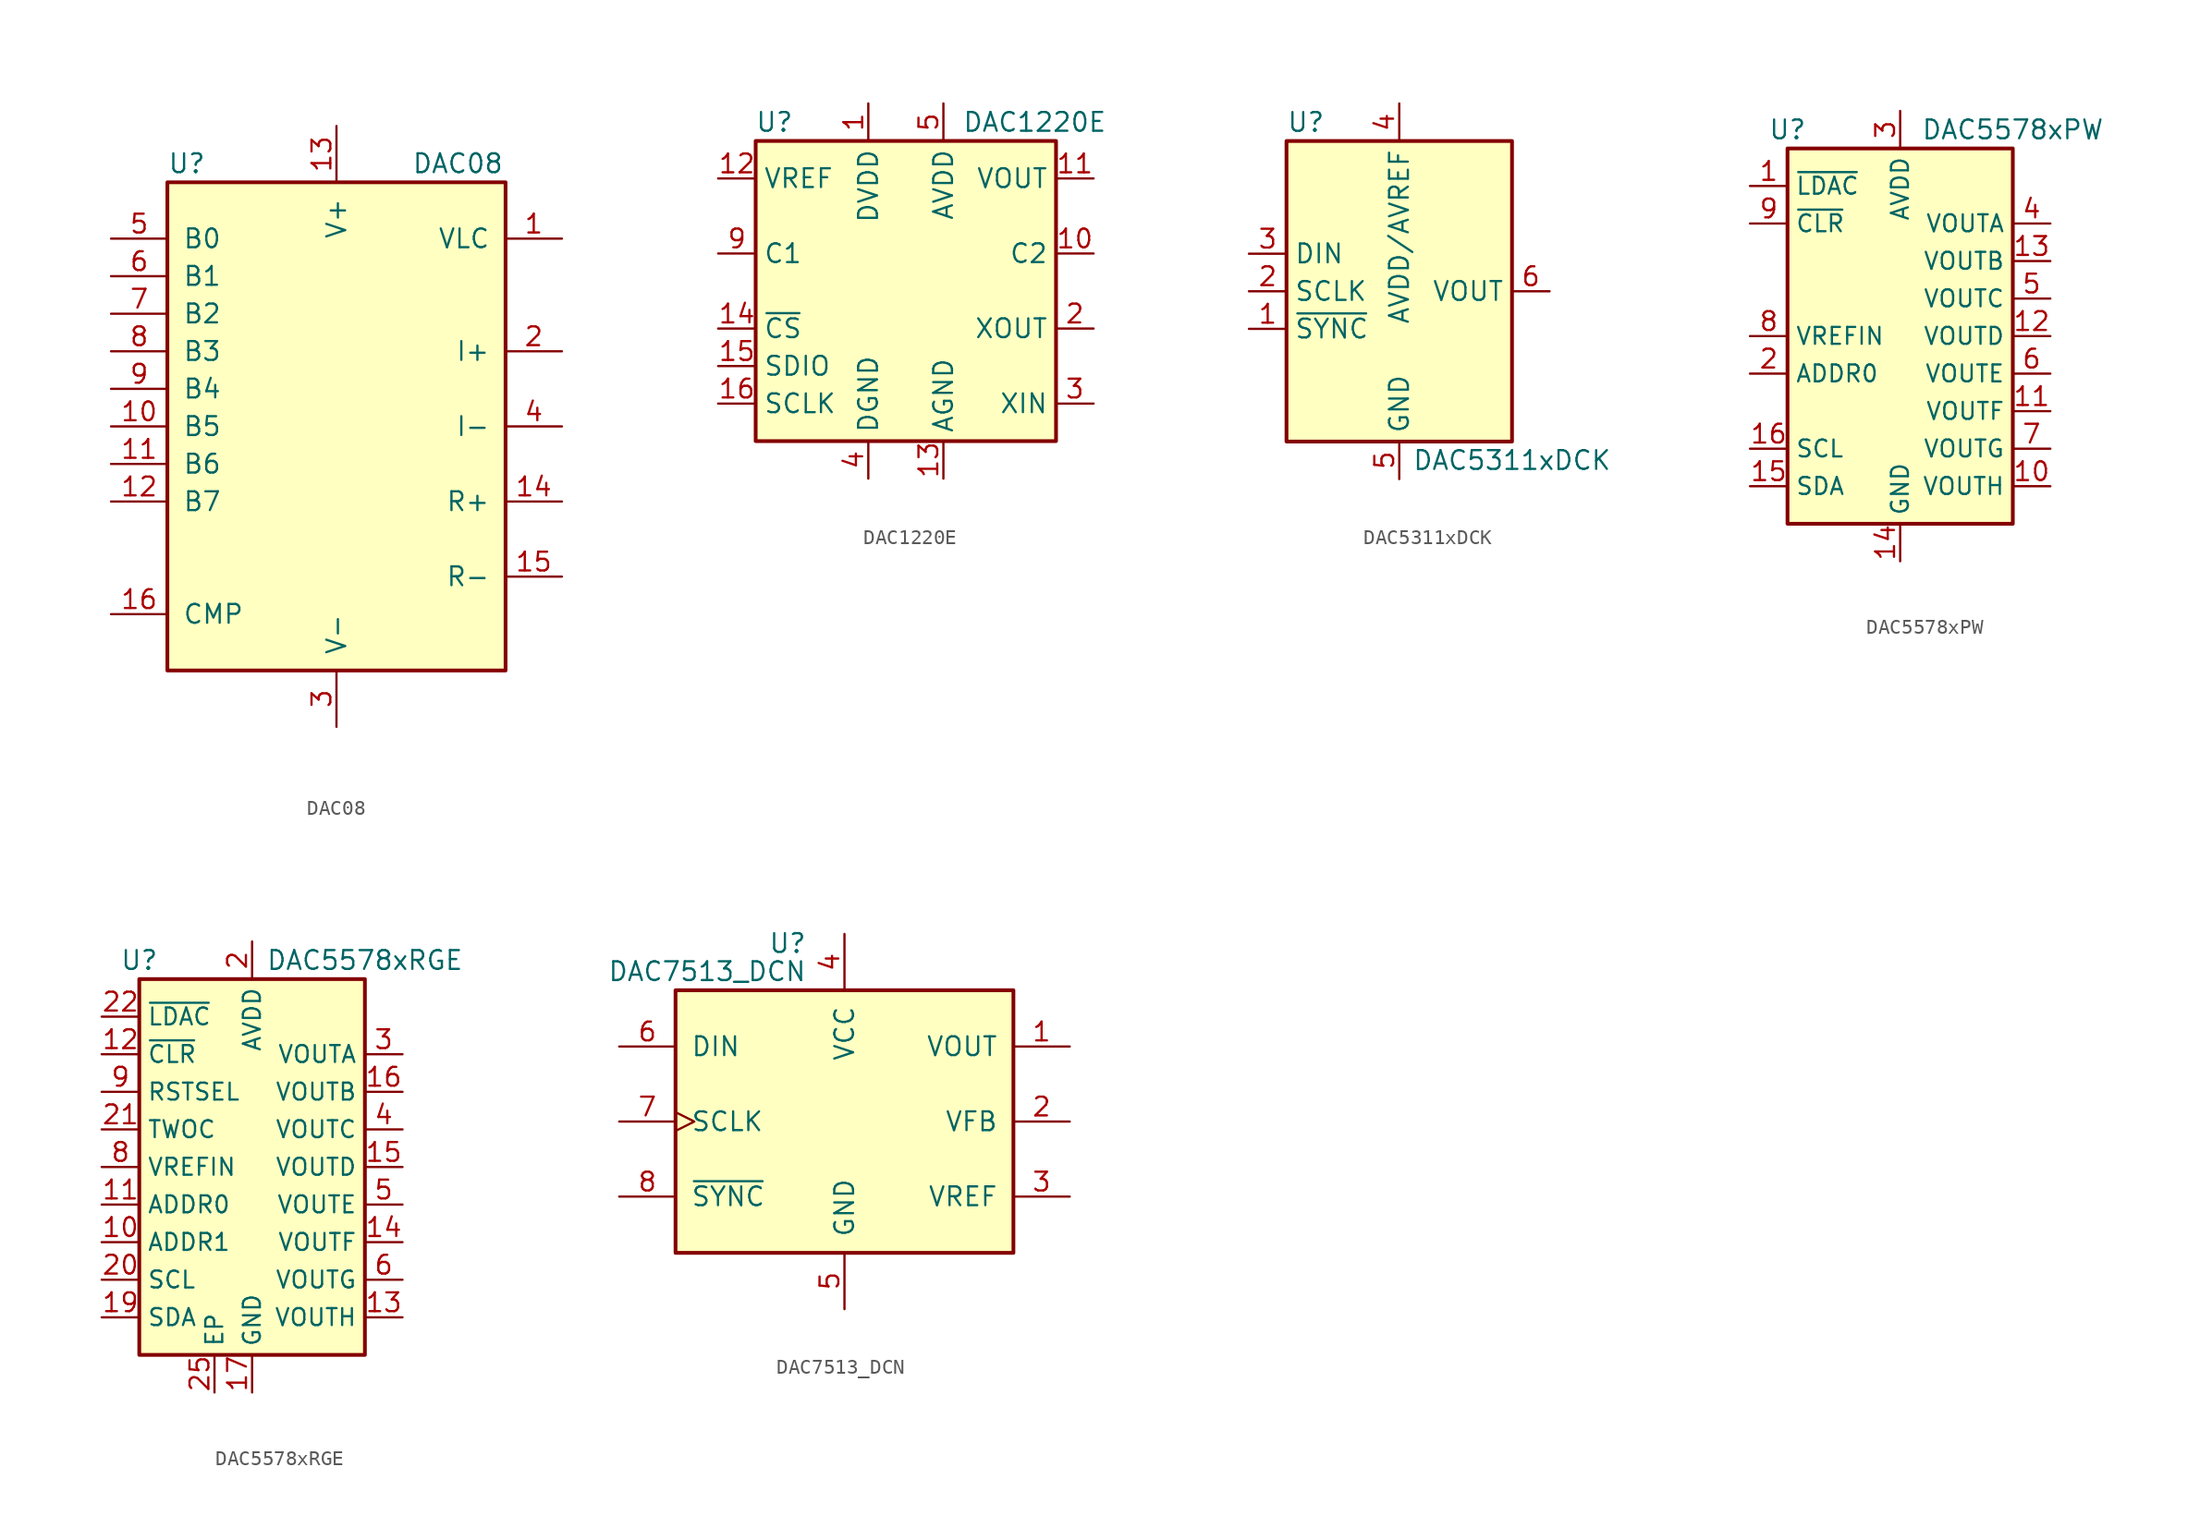
<source format=kicad_sym>
(kicad_symbol_lib
  (version 20220914)
  (generator kicad_symbol_editor)
  (symbol "DAC08"
    (pin_names
      (offset 1.016))
    (property "Reference" "U"
      (at -11.43 17.78 0)
      (effects (font (size 1.27 1.27)) (justify left)))
    (property "Value" "DAC08"
      (at 5.08 17.78 0)
      (effects (font (size 1.27 1.27)) (justify left)))
    (symbol "DAC08_0_1"
      (rectangle (start -11.43 -16.51) (end 11.43 16.51) (stroke (width 0.254) (type default)) (fill (type background))))
    (symbol "DAC08_1_1"
      (pin input line (at 15.24 12.7 180) (length 3.81) (name "VLC" (effects (font (size 1.27 1.27)))) (number "1" (effects (font (size 1.27 1.27)))))
      (pin input line (at -15.24 0 0) (length 3.81) (name "B5" (effects (font (size 1.27 1.27)))) (number "10" (effects (font (size 1.27 1.27)))))
      (pin input line (at -15.24 -2.54 0) (length 3.81) (name "B6" (effects (font (size 1.27 1.27)))) (number "11" (effects (font (size 1.27 1.27)))))
      (pin input line (at -15.24 -5.08 0) (length 3.81) (name "B7" (effects (font (size 1.27 1.27)))) (number "12" (effects (font (size 1.27 1.27)))))
      (pin power_in line (at 0 20.32 270) (length 3.81) (name "V+" (effects (font (size 1.27 1.27)))) (number "13" (effects (font (size 1.27 1.27)))))
      (pin input line (at 15.24 -5.08 180) (length 3.81) (name "R+" (effects (font (size 1.27 1.27)))) (number "14" (effects (font (size 1.27 1.27)))))
      (pin input line (at 15.24 -10.16 180) (length 3.81) (name "R-" (effects (font (size 1.27 1.27)))) (number "15" (effects (font (size 1.27 1.27)))))
      (pin input line (at -15.24 -12.7 0) (length 3.81) (name "CMP" (effects (font (size 1.27 1.27)))) (number "16" (effects (font (size 1.27 1.27)))))
      (pin output line (at 15.24 5.08 180) (length 3.81) (name "I+" (effects (font (size 1.27 1.27)))) (number "2" (effects (font (size 1.27 1.27)))))
      (pin power_in line (at 0 -20.32 90) (length 3.81) (name "V-" (effects (font (size 1.27 1.27)))) (number "3" (effects (font (size 1.27 1.27)))))
      (pin output line (at 15.24 0 180) (length 3.81) (name "I-" (effects (font (size 1.27 1.27)))) (number "4" (effects (font (size 1.27 1.27)))))
      (pin input line (at -15.24 12.7 0) (length 3.81) (name "B0" (effects (font (size 1.27 1.27)))) (number "5" (effects (font (size 1.27 1.27)))))
      (pin input line (at -15.24 10.16 0) (length 3.81) (name "B1" (effects (font (size 1.27 1.27)))) (number "6" (effects (font (size 1.27 1.27)))))
      (pin input line (at -15.24 7.62 0) (length 3.81) (name "B2" (effects (font (size 1.27 1.27)))) (number "7" (effects (font (size 1.27 1.27)))))
      (pin input line (at -15.24 5.08 0) (length 3.81) (name "B3" (effects (font (size 1.27 1.27)))) (number "8" (effects (font (size 1.27 1.27)))))
      (pin input line (at -15.24 2.54 0) (length 3.81) (name "B4" (effects (font (size 1.27 1.27)))) (number "9" (effects (font (size 1.27 1.27)))))))
  (symbol "DAC1220E"
    (property "Reference" "U"
      (at -8.89 11.43 0)
      (effects (font (size 1.27 1.27))))
    (property "Value" "DAC1220E"
      (at 3.81 11.43 0)
      (effects (font (size 1.27 1.27)) (justify left)))
    (symbol "DAC1220E_0_1"
      (rectangle (start -10.16 10.16) (end 10.16 -10.16) (stroke (width 0.254) (type default)) (fill (type background))))
    (symbol "DAC1220E_1_1"
      (pin power_in line (at -2.54 12.7 270) (length 2.54) (name "DVDD" (effects (font (size 1.27 1.27)))) (number "1" (effects (font (size 1.27 1.27)))))
      (pin passive line (at 12.7 2.54 180) (length 2.54) (name "C2" (effects (font (size 1.27 1.27)))) (number "10" (effects (font (size 1.27 1.27)))))
      (pin output line (at 12.7 7.62 180) (length 2.54) (name "VOUT" (effects (font (size 1.27 1.27)))) (number "11" (effects (font (size 1.27 1.27)))))
      (pin input line (at -12.7 7.62 0) (length 2.54) (name "VREF" (effects (font (size 1.27 1.27)))) (number "12" (effects (font (size 1.27 1.27)))))
      (pin power_in line (at 2.54 -12.7 90) (length 2.54) (name "AGND" (effects (font (size 1.27 1.27)))) (number "13" (effects (font (size 1.27 1.27)))))
      (pin input line (at -12.7 -2.54 0) (length 2.54) (name "~{CS}" (effects (font (size 1.27 1.27)))) (number "14" (effects (font (size 1.27 1.27)))))
      (pin bidirectional line (at -12.7 -5.08 0) (length 2.54) (name "SDIO" (effects (font (size 1.27 1.27)))) (number "15" (effects (font (size 1.27 1.27)))))
      (pin input line (at -12.7 -7.62 0) (length 2.54) (name "SCLK" (effects (font (size 1.27 1.27)))) (number "16" (effects (font (size 1.27 1.27)))))
      (pin output line (at 12.7 -2.54 180) (length 2.54) (name "XOUT" (effects (font (size 1.27 1.27)))) (number "2" (effects (font (size 1.27 1.27)))))
      (pin input line (at 12.7 -7.62 180) (length 2.54) (name "XIN" (effects (font (size 1.27 1.27)))) (number "3" (effects (font (size 1.27 1.27)))))
      (pin power_in line (at -2.54 -12.7 90) (length 2.54) (name "DGND" (effects (font (size 1.27 1.27)))) (number "4" (effects (font (size 1.27 1.27)))))
      (pin power_in line (at 2.54 12.7 270) (length 2.54) (name "AVDD" (effects (font (size 1.27 1.27)))) (number "5" (effects (font (size 1.27 1.27)))))
      (pin no_connect line (at 10.16 5.08 180) (length 2.54) hide (name "DNC" (effects (font (size 1.27 1.27)))) (number "6" (effects (font (size 1.27 1.27)))))
      (pin no_connect line (at 10.16 0 180) (length 2.54) hide (name "DNC" (effects (font (size 1.27 1.27)))) (number "7" (effects (font (size 1.27 1.27)))))
      (pin no_connect line (at 10.16 -5.08 180) (length 2.54) hide (name "DNC" (effects (font (size 1.27 1.27)))) (number "8" (effects (font (size 1.27 1.27)))))
      (pin passive line (at -12.7 2.54 0) (length 2.54) (name "C1" (effects (font (size 1.27 1.27)))) (number "9" (effects (font (size 1.27 1.27)))))))
  (symbol "DAC5311xDCK"
    (property "Reference" "U"
      (at -7.62 11.43 0)
      (effects (font (size 1.27 1.27)) (justify left)))
    (property "Value" "DAC5311xDCK"
      (at 7.62 -11.43 0)
      (effects (font (size 1.27 1.27))))
    (symbol "DAC5311xDCK_0_1"
      (rectangle (start -7.62 10.16) (end 7.62 -10.16) (stroke (width 0.254) (type default)) (fill (type background))))
    (symbol "DAC5311xDCK_1_1"
      (pin input line (at -10.16 -2.54 0) (length 2.54) (name "~{SYNC}" (effects (font (size 1.27 1.27)))) (number "1" (effects (font (size 1.27 1.27)))))
      (pin input line (at -10.16 0 0) (length 2.54) (name "SCLK" (effects (font (size 1.27 1.27)))) (number "2" (effects (font (size 1.27 1.27)))))
      (pin input line (at -10.16 2.54 0) (length 2.54) (name "DIN" (effects (font (size 1.27 1.27)))) (number "3" (effects (font (size 1.27 1.27)))))
      (pin power_in line (at 0 12.7 270) (length 2.54) (name "AVDD/AVREF" (effects (font (size 1.27 1.27)))) (number "4" (effects (font (size 1.27 1.27)))))
      (pin power_in line (at 0 -12.7 90) (length 2.54) (name "GND" (effects (font (size 1.27 1.27)))) (number "5" (effects (font (size 1.27 1.27)))))
      (pin output line (at 10.16 0 180) (length 2.54) (name "VOUT" (effects (font (size 1.27 1.27)))) (number "6" (effects (font (size 1.27 1.27)))))))
  (symbol "DAC5578xPW"
    (property "Reference" "U"
      (at -7.62 13.97 0)
      (effects (font (size 1.27 1.27))))
    (property "Value" "DAC5578xPW"
      (at 7.62 13.97 0)
      (effects (font (size 1.27 1.27))))
    (symbol "DAC5578xPW_0_1"
      (rectangle (start -7.62 12.7) (end 7.62 -12.7) (stroke (width 0.254) (type default)) (fill (type background))))
    (symbol "DAC5578xPW_1_1"
      (pin input line (at -10.16 10.16 0) (length 2.54) (name "~{LDAC}" (effects (font (size 1.143 1.143)))) (number "1" (effects (font (size 1.27 1.27)))))
      (pin output line (at 10.16 -10.16 180) (length 2.54) (name "VOUTH" (effects (font (size 1.143 1.143)))) (number "10" (effects (font (size 1.27 1.27)))))
      (pin output line (at 10.16 -5.08 180) (length 2.54) (name "VOUTF" (effects (font (size 1.143 1.143)))) (number "11" (effects (font (size 1.27 1.27)))))
      (pin output line (at 10.16 0 180) (length 2.54) (name "VOUTD" (effects (font (size 1.143 1.143)))) (number "12" (effects (font (size 1.27 1.27)))))
      (pin output line (at 10.16 5.08 180) (length 2.54) (name "VOUTB" (effects (font (size 1.143 1.143)))) (number "13" (effects (font (size 1.27 1.27)))))
      (pin power_in line (at 0 -15.24 90) (length 2.54) (name "GND" (effects (font (size 1.143 1.143)))) (number "14" (effects (font (size 1.27 1.27)))))
      (pin bidirectional line (at -10.16 -10.16 0) (length 2.54) (name "SDA" (effects (font (size 1.143 1.143)))) (number "15" (effects (font (size 1.27 1.27)))))
      (pin input line (at -10.16 -7.62 0) (length 2.54) (name "SCL" (effects (font (size 1.143 1.143)))) (number "16" (effects (font (size 1.27 1.27)))))
      (pin input line (at -10.16 -2.54 0) (length 2.54) (name "ADDR0" (effects (font (size 1.143 1.143)))) (number "2" (effects (font (size 1.27 1.27)))))
      (pin power_in line (at 0 15.24 270) (length 2.54) (name "AVDD" (effects (font (size 1.143 1.143)))) (number "3" (effects (font (size 1.27 1.27)))))
      (pin output line (at 10.16 7.62 180) (length 2.54) (name "VOUTA" (effects (font (size 1.143 1.143)))) (number "4" (effects (font (size 1.27 1.27)))))
      (pin output line (at 10.16 2.54 180) (length 2.54) (name "VOUTC" (effects (font (size 1.143 1.143)))) (number "5" (effects (font (size 1.27 1.27)))))
      (pin output line (at 10.16 -2.54 180) (length 2.54) (name "VOUTE" (effects (font (size 1.143 1.143)))) (number "6" (effects (font (size 1.27 1.27)))))
      (pin output line (at 10.16 -7.62 180) (length 2.54) (name "VOUTG" (effects (font (size 1.143 1.143)))) (number "7" (effects (font (size 1.27 1.27)))))
      (pin input line (at -10.16 0 0) (length 2.54) (name "VREFIN" (effects (font (size 1.143 1.143)))) (number "8" (effects (font (size 1.27 1.27)))))
      (pin input line (at -10.16 7.62 0) (length 2.54) (name "~{CLR}" (effects (font (size 1.143 1.143)))) (number "9" (effects (font (size 1.27 1.27)))))))
  (symbol "DAC5578xRGE"
    (property "Reference" "U"
      (at -7.62 13.97 0)
      (effects (font (size 1.27 1.27))))
    (property "Value" "DAC5578xRGE"
      (at 7.62 13.97 0)
      (effects (font (size 1.27 1.27))))
    (symbol "DAC5578xRGE_0_1"
      (rectangle (start -7.62 12.7) (end 7.62 -12.7) (stroke (width 0.254) (type default)) (fill (type background))))
    (symbol "DAC5578xRGE_1_1"
      (pin no_connect line (at 7.62 10.16 180) (length 2.54) hide (name "NC" (effects (font (size 1.143 1.143)))) (number "1" (effects (font (size 1.27 1.27)))))
      (pin input line (at -10.16 -5.08 0) (length 2.54) (name "ADDR1" (effects (font (size 1.143 1.143)))) (number "10" (effects (font (size 1.27 1.27)))))
      (pin input line (at -10.16 -2.54 0) (length 2.54) (name "ADDR0" (effects (font (size 1.143 1.143)))) (number "11" (effects (font (size 1.27 1.27)))))
      (pin input line (at -10.16 7.62 0) (length 2.54) (name "~{CLR}" (effects (font (size 1.143 1.143)))) (number "12" (effects (font (size 1.27 1.27)))))
      (pin output line (at 10.16 -10.16 180) (length 2.54) (name "VOUTH" (effects (font (size 1.143 1.143)))) (number "13" (effects (font (size 1.27 1.27)))))
      (pin output line (at 10.16 -5.08 180) (length 2.54) (name "VOUTF" (effects (font (size 1.143 1.143)))) (number "14" (effects (font (size 1.27 1.27)))))
      (pin output line (at 10.16 0 180) (length 2.54) (name "VOUTD" (effects (font (size 1.143 1.143)))) (number "15" (effects (font (size 1.27 1.27)))))
      (pin output line (at 10.16 5.08 180) (length 2.54) (name "VOUTB" (effects (font (size 1.143 1.143)))) (number "16" (effects (font (size 1.27 1.27)))))
      (pin power_in line (at 0 -15.24 90) (length 2.54) (name "GND" (effects (font (size 1.143 1.143)))) (number "17" (effects (font (size 1.27 1.27)))))
      (pin no_connect line (at 7.62 12.7 180) (length 2.54) hide (name "NC" (effects (font (size 1.143 1.143)))) (number "18" (effects (font (size 1.27 1.27)))))
      (pin bidirectional line (at -10.16 -10.16 0) (length 2.54) (name "SDA" (effects (font (size 1.143 1.143)))) (number "19" (effects (font (size 1.27 1.27)))))
      (pin power_in line (at 0 15.24 270) (length 2.54) (name "AVDD" (effects (font (size 1.143 1.143)))) (number "2" (effects (font (size 1.27 1.27)))))
      (pin input line (at -10.16 -7.62 0) (length 2.54) (name "SCL" (effects (font (size 1.143 1.143)))) (number "20" (effects (font (size 1.27 1.27)))))
      (pin input line (at -10.16 2.54 0) (length 2.54) (name "TWOC" (effects (font (size 1.143 1.143)))) (number "21" (effects (font (size 1.27 1.27)))))
      (pin input line (at -10.16 10.16 0) (length 2.54) (name "~{LDAC}" (effects (font (size 1.143 1.143)))) (number "22" (effects (font (size 1.27 1.27)))))
      (pin no_connect line (at 5.08 12.7 180) (length 2.54) hide (name "NC" (effects (font (size 1.143 1.143)))) (number "23" (effects (font (size 1.27 1.27)))))
      (pin no_connect line (at 2.54 10.16 180) (length 2.54) hide (name "NC" (effects (font (size 1.143 1.143)))) (number "24" (effects (font (size 1.27 1.27)))))
      (pin passive line (at -2.54 -15.24 90) (length 2.54) (name "EP" (effects (font (size 1.143 1.143)))) (number "25" (effects (font (size 1.27 1.27)))))
      (pin output line (at 10.16 7.62 180) (length 2.54) (name "VOUTA" (effects (font (size 1.143 1.143)))) (number "3" (effects (font (size 1.27 1.27)))))
      (pin output line (at 10.16 2.54 180) (length 2.54) (name "VOUTC" (effects (font (size 1.143 1.143)))) (number "4" (effects (font (size 1.27 1.27)))))
      (pin output line (at 10.16 -2.54 180) (length 2.54) (name "VOUTE" (effects (font (size 1.143 1.143)))) (number "5" (effects (font (size 1.27 1.27)))))
      (pin output line (at 10.16 -7.62 180) (length 2.54) (name "VOUTG" (effects (font (size 1.143 1.143)))) (number "6" (effects (font (size 1.27 1.27)))))
      (pin no_connect line (at 5.08 10.16 180) (length 2.54) hide (name "NC" (effects (font (size 1.143 1.143)))) (number "7" (effects (font (size 1.27 1.27)))))
      (pin input line (at -10.16 0 0) (length 2.54) (name "VREFIN" (effects (font (size 1.143 1.143)))) (number "8" (effects (font (size 1.27 1.27)))))
      (pin input line (at -10.16 5.08 0) (length 2.54) (name "RSTSEL" (effects (font (size 1.143 1.143)))) (number "9" (effects (font (size 1.27 1.27)))))))
  (symbol "DAC7513_DCN"
    (pin_names
      (offset 1.016))
    (property "Reference" "U"
      (at -2.54 12.065 0)
      (effects (font (size 1.27 1.27)) (justify right)))
    (property "Value" "DAC7513_DCN"
      (at -2.54 10.16 0)
      (effects (font (size 1.27 1.27)) (justify right)))
    (symbol "DAC7513_DCN_0_1"
      (rectangle (start -11.43 8.89) (end 11.43 -8.89) (stroke (width 0.254) (type default)) (fill (type background))))
    (symbol "DAC7513_DCN_1_1"
      (pin output line (at 15.24 5.08 180) (length 3.81) (name "VOUT" (effects (font (size 1.27 1.27)))) (number "1" (effects (font (size 1.27 1.27)))))
      (pin input line (at 15.24 0 180) (length 3.81) (name "VFB" (effects (font (size 1.27 1.27)))) (number "2" (effects (font (size 1.27 1.27)))))
      (pin input line (at 15.24 -5.08 180) (length 3.81) (name "VREF" (effects (font (size 1.27 1.27)))) (number "3" (effects (font (size 1.27 1.27)))))
      (pin power_in line (at 0 12.7 270) (length 3.81) (name "VCC" (effects (font (size 1.27 1.27)))) (number "4" (effects (font (size 1.27 1.27)))))
      (pin power_in line (at 0 -12.7 90) (length 3.81) (name "GND" (effects (font (size 1.27 1.27)))) (number "5" (effects (font (size 1.27 1.27)))))
      (pin input line (at -15.24 5.08 0) (length 3.81) (name "DIN" (effects (font (size 1.27 1.27)))) (number "6" (effects (font (size 1.27 1.27)))))
      (pin input clock (at -15.24 0 0) (length 3.81) (name "SCLK" (effects (font (size 1.27 1.27)))) (number "7" (effects (font (size 1.27 1.27)))))
      (pin input line (at -15.24 -5.08 0) (length 3.81) (name "~{SYNC}" (effects (font (size 1.27 1.27)))) (number "8" (effects (font (size 1.27 1.27))))))))
</source>
